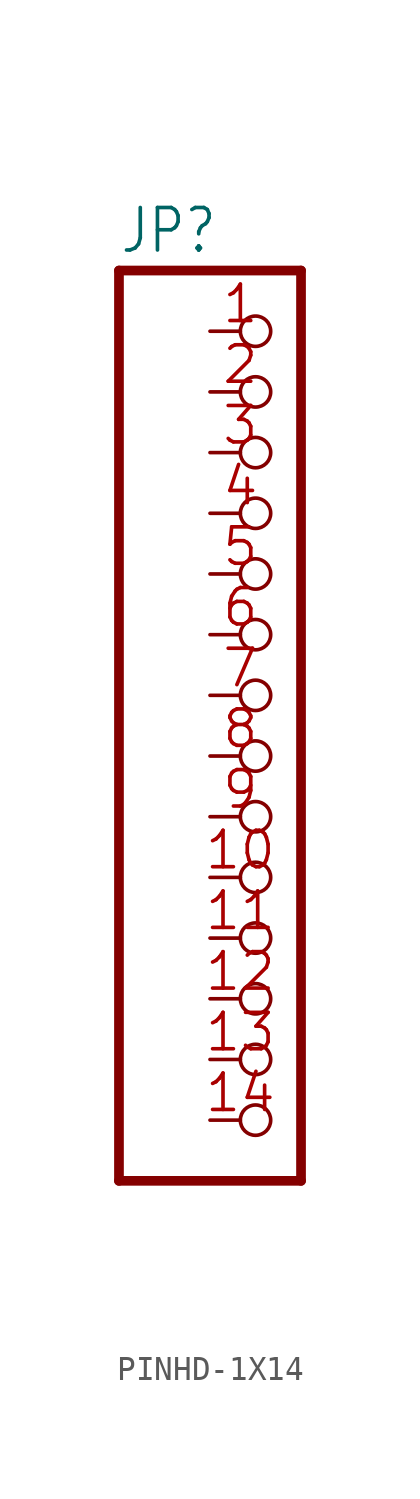
<source format=kicad_sym>
(kicad_symbol_lib
  (version 20241209)
  (generator "kicad_symbol_editor")
  (generator_version "9.0")
  (symbol "PINHD-1X14"
    (property "Reference" "JP"
      (at -6.35 18.415 0)
      (effects (font (size 1.778 1.511)) (justify left bottom)))
    (property "Value" ""
      (at -6.35 -22.86 0)
      (effects (font (size 1.778 1.511)) (justify left bottom)))
    (property "ki_locked" ""
      (at 0 0 0)
      (effects (font (size 1.27 1.27))))
    (symbol "PINHD-1X14_1_0"
      (polyline (pts (xy -6.35 17.78) (xy -6.35 -20.32)) (stroke (width 0.406) (type solid)) (fill (type none)))
      (polyline (pts (xy -6.35 -20.32) (xy 1.27 -20.32)) (stroke (width 0.406) (type solid)) (fill (type none)))
      (polyline (pts (xy 1.27 17.78) (xy -6.35 17.78)) (stroke (width 0.406) (type solid)) (fill (type none)))
      (polyline (pts (xy 1.27 -20.32) (xy 1.27 17.78)) (stroke (width 0.406) (type solid)) (fill (type none)))
      (pin passive inverted (at -2.54 15.24 0) (length 2.54) (name "1" (effects (font (size 0 0)))) (number "1" (effects (font (size 1.524 1.524)))))
      (pin passive inverted (at -2.54 12.7 0) (length 2.54) (name "2" (effects (font (size 0 0)))) (number "2" (effects (font (size 1.524 1.524)))))
      (pin passive inverted (at -2.54 10.16 0) (length 2.54) (name "3" (effects (font (size 0 0)))) (number "3" (effects (font (size 1.524 1.524)))))
      (pin passive inverted (at -2.54 7.62 0) (length 2.54) (name "4" (effects (font (size 0 0)))) (number "4" (effects (font (size 1.524 1.524)))))
      (pin passive inverted (at -2.54 5.08 0) (length 2.54) (name "5" (effects (font (size 0 0)))) (number "5" (effects (font (size 1.524 1.524)))))
      (pin passive inverted (at -2.54 2.54 0) (length 2.54) (name "6" (effects (font (size 0 0)))) (number "6" (effects (font (size 1.524 1.524)))))
      (pin passive inverted (at -2.54 0 0) (length 2.54) (name "7" (effects (font (size 0 0)))) (number "7" (effects (font (size 1.524 1.524)))))
      (pin passive inverted (at -2.54 -2.54 0) (length 2.54) (name "8" (effects (font (size 0 0)))) (number "8" (effects (font (size 1.524 1.524)))))
      (pin passive inverted (at -2.54 -5.08 0) (length 2.54) (name "9" (effects (font (size 0 0)))) (number "9" (effects (font (size 1.524 1.524)))))
      (pin passive inverted (at -2.54 -7.62 0) (length 2.54) (name "10" (effects (font (size 0 0)))) (number "10" (effects (font (size 1.524 1.524)))))
      (pin passive inverted (at -2.54 -10.16 0) (length 2.54) (name "11" (effects (font (size 0 0)))) (number "11" (effects (font (size 1.524 1.524)))))
      (pin passive inverted (at -2.54 -12.7 0) (length 2.54) (name "12" (effects (font (size 0 0)))) (number "12" (effects (font (size 1.524 1.524)))))
      (pin passive inverted (at -2.54 -15.24 0) (length 2.54) (name "13" (effects (font (size 0 0)))) (number "13" (effects (font (size 1.524 1.524)))))
      (pin passive inverted (at -2.54 -17.78 0) (length 2.54) (name "14" (effects (font (size 0 0)))) (number "14" (effects (font (size 1.524 1.524))))))))
</source>
